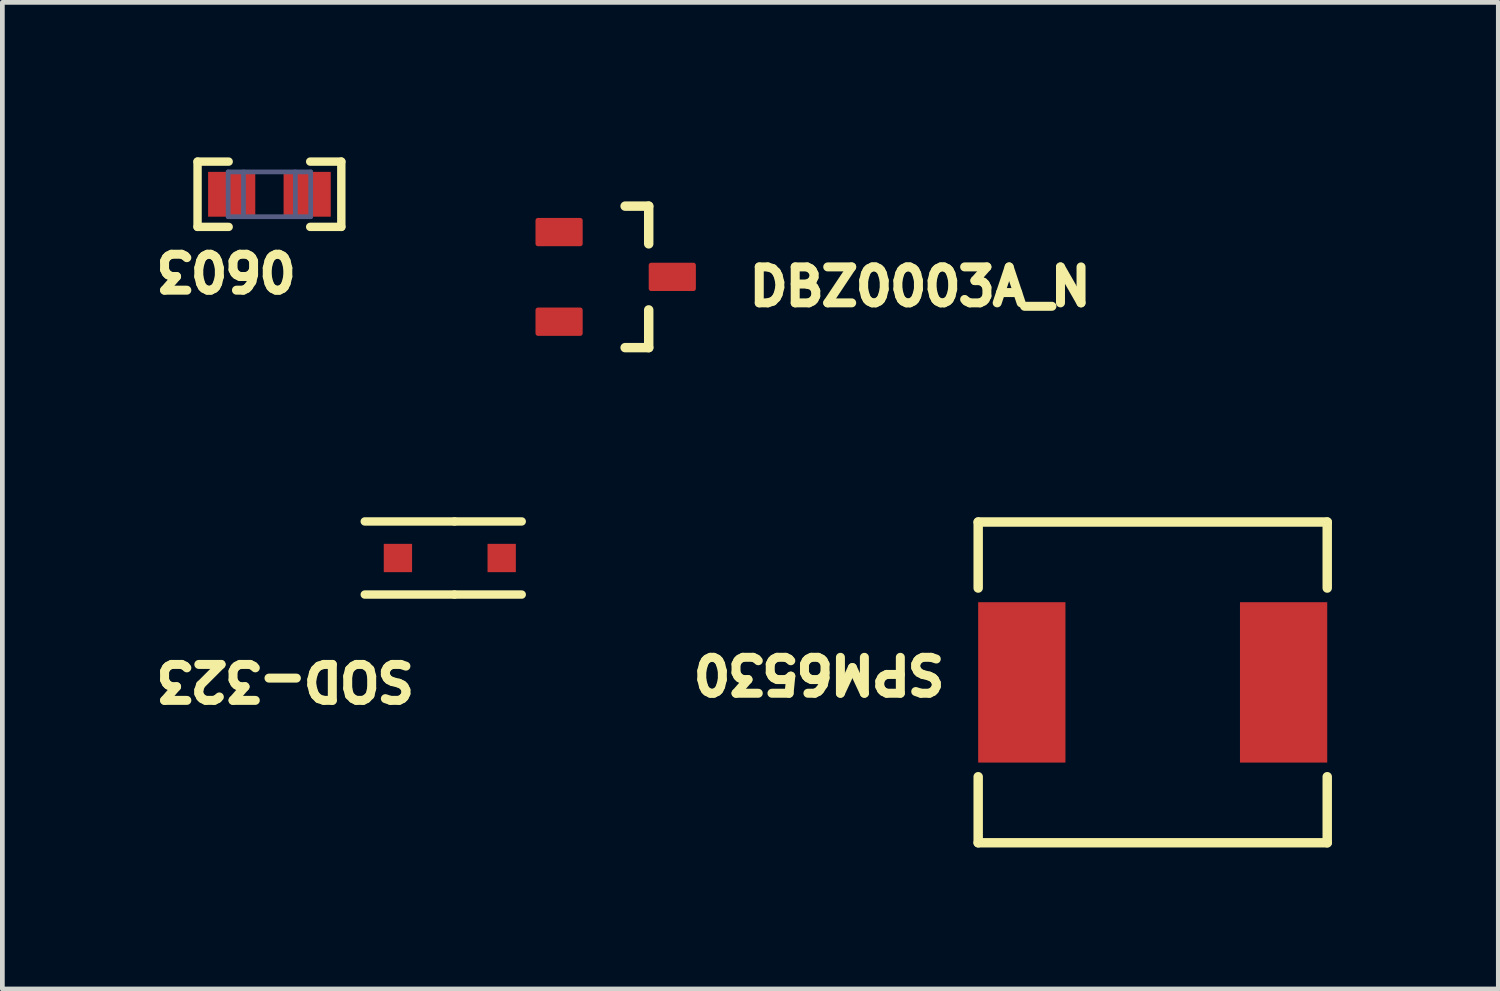
<source format=kicad_pcb>
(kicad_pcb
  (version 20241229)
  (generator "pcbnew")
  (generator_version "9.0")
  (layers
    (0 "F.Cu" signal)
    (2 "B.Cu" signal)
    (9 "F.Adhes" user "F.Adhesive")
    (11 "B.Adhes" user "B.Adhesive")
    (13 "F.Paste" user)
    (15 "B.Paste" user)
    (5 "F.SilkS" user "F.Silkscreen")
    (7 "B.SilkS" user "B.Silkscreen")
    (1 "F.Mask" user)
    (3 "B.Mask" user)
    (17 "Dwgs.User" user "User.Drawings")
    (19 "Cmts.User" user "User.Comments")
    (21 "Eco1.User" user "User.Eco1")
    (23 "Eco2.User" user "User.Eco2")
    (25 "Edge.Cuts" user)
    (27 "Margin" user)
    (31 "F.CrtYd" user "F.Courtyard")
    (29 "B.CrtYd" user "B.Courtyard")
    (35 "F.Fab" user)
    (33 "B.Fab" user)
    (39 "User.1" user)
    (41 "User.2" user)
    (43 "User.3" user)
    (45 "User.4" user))
  (footprint "0603"
    (layer "F.Cu")
    (at 2.662 1.069)
    (property "Reference" "0603" (at 0.66 1.168 180) (unlocked yes) (layer "F.SilkS") (effects (font (size 0.762 0.762) (thickness 0.254) (bold yes)) (justify left bottom)))
    (fp_line (start -1.524 0.691) (end -1.524 -0.693) (stroke (width 0.178) (type solid)) (layer "F.SilkS"))
    (fp_line (start -0.864 -0.693) (end -1.524 -0.693) (stroke (width 0.178) (type solid)) (layer "F.SilkS"))
    (fp_line (start -0.864 0.691) (end -1.524 0.691) (stroke (width 0.178) (type solid)) (layer "F.SilkS"))
    (fp_line (start 1.524 -0.693) (end 0.864 -0.693) (stroke (width 0.178) (type solid)) (layer "F.SilkS"))
    (fp_line (start 1.524 0.691) (end 0.864 0.691) (stroke (width 0.178) (type solid)) (layer "F.SilkS"))
    (fp_line (start 1.524 0.691) (end 1.524 -0.693) (stroke (width 0.178) (type solid)) (layer "F.SilkS"))
    (fp_line (start -1.55 0.725) (end -1.55 -0.725) (stroke (width 0.1) (type solid)) (layer "Eco1.User"))
    (fp_line (start 0 0.475) (end 0 -0.475) (stroke (width 0.1) (type solid)) (layer "Eco1.User"))
    (fp_line (start 0.475 0) (end -0.475 0) (stroke (width 0.1) (type solid)) (layer "Eco1.User"))
    (fp_line (start 1.55 -0.725) (end -1.55 -0.725) (stroke (width 0.1) (type solid)) (layer "Eco1.User"))
    (fp_line (start 1.55 0.725) (end -1.55 0.725) (stroke (width 0.1) (type solid)) (layer "Eco1.User"))
    (fp_line (start 1.55 0.725) (end 1.55 -0.725) (stroke (width 0.1) (type solid)) (layer "Eco1.User"))
    (fp_line (start -0.875 0.475) (end -0.875 -0.475) (stroke (width 0.1) (type solid)) (layer "B.Fab"))
    (fp_line (start -0.55 0.475) (end -0.55 -0.475) (stroke (width 0.1) (type solid)) (layer "B.Fab"))
    (fp_line (start 0.55 0.475) (end 0.55 -0.475) (stroke (width 0.1) (type solid)) (layer "B.Fab"))
    (fp_line (start 0.875 -0.475) (end -0.875 -0.475) (stroke (width 0.1) (type solid)) (layer "B.Fab"))
    (fp_line (start 0.875 0.475) (end -0.875 0.475) (stroke (width 0.1) (type solid)) (layer "B.Fab"))
    (fp_line (start 0.875 0.475) (end 0.875 -0.475) (stroke (width 0.1) (type solid)) (layer "B.Fab"))
    (fp_line (start -1.55 0.725) (end -1.55 -0.725) (stroke (width 0.1) (type solid)) (layer "User.5"))
    (fp_line (start 1.55 -0.725) (end -1.55 -0.725) (stroke (width 0.1) (type solid)) (layer "User.5"))
    (fp_line (start 1.55 0.725) (end -1.55 0.725) (stroke (width 0.1) (type solid)) (layer "User.5"))
    (fp_line (start 1.55 0.725) (end 1.55 -0.725) (stroke (width 0.1) (type solid)) (layer "User.5"))
    (fp_text user "${REFERENCE}" (at 0.787 -0.356 180) (unlocked yes) (layer "User.5") (effects (font (size 0.762 0.762) (thickness 0.152))))
    (pad "1" smd rect (at -0.8 0 90) (size 0.95 1) (layers "F.Cu" "F.Mask" "F.Paste"))
    (pad "2" smd rect (at 0.8 0 90) (size 0.95 1) (layers "F.Cu" "F.Mask" "F.Paste")))
  (footprint "SOD-323"
    (layer "F.Cu")
    (at 6.486 8.78)
    (property "Reference" "SOD-323" (at -0.66 2.153 180) (unlocked yes) (layer "F.SilkS") (effects (font (size 0.762 0.762) (thickness 0.254) (bold yes)) (justify left bottom)))
    (fp_line (start 0.1 -0.775) (end -1.803 -0.775) (stroke (width 0.178) (type solid)) (layer "F.SilkS"))
    (fp_line (start 0.1 0.775) (end -1.803 0.775) (stroke (width 0.178) (type solid)) (layer "F.SilkS"))
    (fp_line (start 1.525 -0.775) (end 0.1 -0.775) (stroke (width 0.178) (type solid)) (layer "F.SilkS"))
    (fp_line (start 1.525 0.775) (end 0.1 0.775) (stroke (width 0.178) (type solid)) (layer "F.SilkS"))
    (fp_line (start 0.1 -0.775) (end -1.803 -0.775) (stroke (width 0.127) (type solid)) (layer "User.6"))
    (fp_line (start 0.1 0.775) (end -1.803 0.775) (stroke (width 0.127) (type solid)) (layer "User.6"))
    (fp_line (start 1.525 -0.775) (end 0.1 -0.775) (stroke (width 0.127) (type solid)) (layer "User.6"))
    (fp_line (start 1.525 0.775) (end 0.1 0.775) (stroke (width 0.127) (type solid)) (layer "User.6"))
    (fp_line (start 1.525 0.775) (end 1.525 -0.775) (stroke (width 0.127) (type solid)) (layer "User.6"))
    (fp_text user "${REFERENCE}" (at -0.914 0.375 180) (unlocked yes) (layer "User.6") (effects (font (size 0.762 0.762) (thickness 0.127))))
    (pad "1" smd rect (at -1.1 0) (size 0.6 0.6) (layers "F.Cu" "F.Mask" "F.Paste"))
    (pad "2" smd rect (at 1.1 0) (size 0.6 0.6) (layers "F.Cu" "F.Mask" "F.Paste")))
  (footprint "DBZ0003A_N"
    (layer "F.Cu")
    (at 10.003 2.82)
    (property "Reference" "DBZ0003A_N" (at 2.737 0.654 0) (unlocked yes) (layer "F.SilkS") (effects (font (size 0.762 0.762) (thickness 0.254) (bold yes)) (justify left bottom)))
    (fp_line (start 0.2 -1.5) (end 0.7 -1.5) (stroke (width 0.2) (type solid)) (layer "F.SilkS"))
    (fp_line (start 0.2 1.5) (end 0.7 1.5) (stroke (width 0.2) (type solid)) (layer "F.SilkS"))
    (fp_line (start 0.7 -1.5) (end 0.7 -0.7) (stroke (width 0.2) (type solid)) (layer "F.SilkS"))
    (fp_line (start 0.7 0.7) (end 0.7 1.5) (stroke (width 0.2) (type solid)) (layer "F.SilkS"))
    (fp_line (start -1.925 -1.75) (end -1.925 1.75) (stroke (width 0.05) (type solid)) (layer "Eco1.User"))
    (fp_line (start -1.925 -1.75) (end 1.925 -1.75) (stroke (width 0.05) (type solid)) (layer "Eco1.User"))
    (fp_line (start -1.925 1.75) (end 1.925 1.75) (stroke (width 0.05) (type solid)) (layer "Eco1.User"))
    (fp_line (start -0.5 0) (end 0.5 0) (stroke (width 0.1) (type solid)) (layer "Eco1.User"))
    (fp_line (start 0 -0.5) (end 0 0.5) (stroke (width 0.1) (type solid)) (layer "Eco1.User"))
    (fp_line (start 1.925 -1.75) (end 1.925 1.75) (stroke (width 0.05) (type solid)) (layer "Eco1.User"))
    (fp_line (start -1.27 -1.162) (end -1.27 -0.718) (stroke (width 0.127) (type solid)) (layer "User.6"))
    (fp_line (start -1.27 -1.162) (end -1.063 -1.162) (stroke (width 0.127) (type solid)) (layer "User.6"))
    (fp_line (start -1.27 -0.718) (end -1.063 -0.718) (stroke (width 0.127) (type solid)) (layer "User.6"))
    (fp_line (start -1.27 0.743) (end -1.27 1.187) (stroke (width 0.127) (type solid)) (layer "User.6"))
    (fp_line (start -1.27 0.743) (end -1.063 0.743) (stroke (width 0.127) (type solid)) (layer "User.6"))
    (fp_line (start -1.27 1.187) (end -1.063 1.187) (stroke (width 0.127) (type solid)) (layer "User.6"))
    (fp_line (start -1.063 -1.162) (end -1.005 -1.162) (stroke (width 0.127) (type solid)) (layer "User.6"))
    (fp_line (start -1.063 -0.718) (end -1.005 -0.718) (stroke (width 0.127) (type solid)) (layer "User.6"))
    (fp_line (start -1.063 0.743) (end -1.005 0.743) (stroke (width 0.127) (type solid)) (layer "User.6"))
    (fp_line (start -1.063 1.187) (end -1.005 1.187) (stroke (width 0.127) (type solid)) (layer "User.6"))
    (fp_line (start -1.005 -1.162) (end -0.814 -1.162) (stroke (width 0.127) (type solid)) (layer "User.6"))
    (fp_line (start -1.005 -0.718) (end -0.814 -0.718) (stroke (width 0.127) (type solid)) (layer "User.6"))
    (fp_line (start -1.005 0.743) (end -0.814 0.743) (stroke (width 0.127) (type solid)) (layer "User.6"))
    (fp_line (start -1.005 1.187) (end -0.814 1.187) (stroke (width 0.127) (type solid)) (layer "User.6"))
    (fp_line (start -0.814 -1.162) (end -0.66 -1.162) (stroke (width 0.127) (type solid)) (layer "User.6"))
    (fp_line (start -0.814 -0.718) (end -0.66 -0.718) (stroke (width 0.127) (type solid)) (layer "User.6"))
    (fp_line (start -0.814 0.743) (end -0.66 0.743) (stroke (width 0.127) (type solid)) (layer "User.6"))
    (fp_line (start -0.814 1.187) (end -0.66 1.187) (stroke (width 0.127) (type solid)) (layer "User.6"))
    (fp_line (start -0.66 -1.448) (end -0.66 1.473) (stroke (width 0.127) (type solid)) (layer "User.6"))
    (fp_line (start -0.66 -1.448) (end 0.635 -1.448) (stroke (width 0.127) (type solid)) (layer "User.6"))
    (fp_line (start -0.66 -1.162) (end -0.66 -0.718) (stroke (width 0.127) (type solid)) (layer "User.6"))
    (fp_line (start -0.66 0.743) (end -0.66 1.187) (stroke (width 0.127) (type solid)) (layer "User.6"))
    (fp_line (start -0.66 1.473) (end 0.635 1.473) (stroke (width 0.127) (type solid)) (layer "User.6"))
    (fp_line (start 0.635 -1.448) (end 0.635 1.473) (stroke (width 0.127) (type solid)) (layer "User.6"))
    (fp_line (start 0.635 -0.21) (end 0.635 0.235) (stroke (width 0.127) (type solid)) (layer "User.6"))
    (fp_line (start 0.635 -0.21) (end 0.789 -0.21) (stroke (width 0.127) (type solid)) (layer "User.6"))
    (fp_line (start 0.635 0.235) (end 0.789 0.235) (stroke (width 0.127) (type solid)) (layer "User.6"))
    (fp_line (start 0.789 -0.21) (end 0.98 -0.21) (stroke (width 0.127) (type solid)) (layer "User.6"))
    (fp_line (start 0.789 0.235) (end 0.98 0.235) (stroke (width 0.127) (type solid)) (layer "User.6"))
    (fp_line (start 0.98 -0.21) (end 1.037 -0.21) (stroke (width 0.127) (type solid)) (layer "User.6"))
    (fp_line (start 0.98 0.235) (end 1.037 0.235) (stroke (width 0.127) (type solid)) (layer "User.6"))
    (fp_line (start 1.037 -0.21) (end 1.245 -0.21) (stroke (width 0.127) (type solid)) (layer "User.6"))
    (fp_line (start 1.037 0.235) (end 1.245 0.235) (stroke (width 0.127) (type solid)) (layer "User.6"))
    (fp_line (start 1.245 -0.21) (end 1.245 0.235) (stroke (width 0.127) (type solid)) (layer "User.6"))
    (fp_text user "${REFERENCE}" (at -0.184 -0.362 90) (unlocked yes) (layer "User.6") (effects (font (size 0.508 0.508) (thickness 0.076))))
    (pad "1" smd roundrect (at -1.2 -0.95 270) (size 0.6 1) (layers "F.Cu" "F.Mask" "F.Paste") (roundrect_rratio 0.085))
    (pad "2" smd roundrect (at -1.2 0.95 270) (size 0.6 1) (layers "F.Cu" "F.Mask" "F.Paste") (roundrect_rratio 0.085))
    (pad "3" smd roundrect (at 1.2 0 270) (size 0.6 1) (layers "F.Cu" "F.Mask" "F.Paste") (roundrect_rratio 0.085)))
  (footprint "SPM6530"
    (layer "F.Cu")
    (at 21.388 11.417)
    (property "Reference" "SPM6530" (at -4.318 -0.635 180) (unlocked yes) (layer "F.SilkS") (effects (font (size 0.762 0.762) (thickness 0.254) (bold yes)) (justify left bottom)))
    (fp_line (start -3.7 -3.4) (end -3.7 -2) (stroke (width 0.2) (type solid)) (layer "F.SilkS"))
    (fp_line (start -3.7 2) (end -3.7 3.4) (stroke (width 0.2) (type solid)) (layer "F.SilkS"))
    (fp_line (start 3.7 -3.4) (end -3.7 -3.4) (stroke (width 0.2) (type solid)) (layer "F.SilkS"))
    (fp_line (start 3.7 -3.4) (end 3.7 -2) (stroke (width 0.2) (type solid)) (layer "F.SilkS"))
    (fp_line (start 3.7 2) (end 3.7 3.4) (stroke (width 0.2) (type solid)) (layer "F.SilkS"))
    (fp_line (start 3.7 3.4) (end -3.7 3.4) (stroke (width 0.2) (type solid)) (layer "F.SilkS"))
    (fp_line (start -3.7 -3.4) (end -3.7 3.4) (stroke (width 0.1) (type solid)) (layer "User.5"))
    (fp_line (start 3.7 -3.4) (end -3.7 -3.4) (stroke (width 0.1) (type solid)) (layer "User.5"))
    (fp_line (start 3.7 -3.4) (end 3.7 3.4) (stroke (width 0.1) (type solid)) (layer "User.5"))
    (fp_line (start 3.7 3.4) (end -3.7 3.4) (stroke (width 0.1) (type solid)) (layer "User.5"))
    (fp_text user "${REFERENCE}" (at 0.654 -0.381 180) (unlocked yes) (layer "User.5") (effects (font (size 1.016 1.016) (thickness 0.178))))
    (pad "1" smd rect (at -2.775 0) (size 1.85 3.4) (layers "F.Cu" "F.Mask" "F.Paste"))
    (pad "2" smd rect (at 2.775 0) (size 1.85 3.4) (layers "F.Cu" "F.Mask" "F.Paste")))
  (gr_rect
    (start -3 -3)
    (end 28.715 17.917)
    (stroke (width 0.1) (type default))
    (fill no)
    (layer "Edge.Cuts")))
</source>
